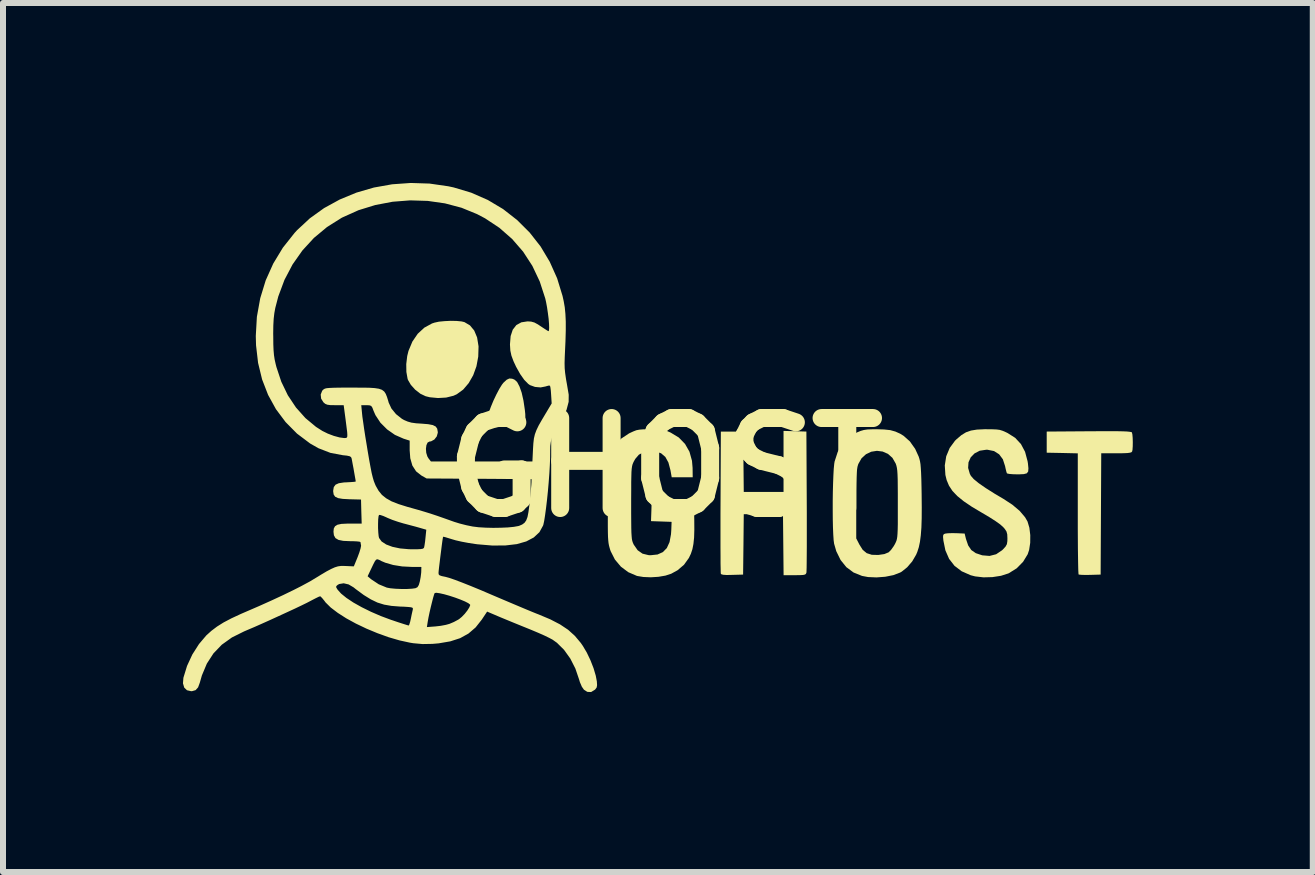
<source format=kicad_pcb>
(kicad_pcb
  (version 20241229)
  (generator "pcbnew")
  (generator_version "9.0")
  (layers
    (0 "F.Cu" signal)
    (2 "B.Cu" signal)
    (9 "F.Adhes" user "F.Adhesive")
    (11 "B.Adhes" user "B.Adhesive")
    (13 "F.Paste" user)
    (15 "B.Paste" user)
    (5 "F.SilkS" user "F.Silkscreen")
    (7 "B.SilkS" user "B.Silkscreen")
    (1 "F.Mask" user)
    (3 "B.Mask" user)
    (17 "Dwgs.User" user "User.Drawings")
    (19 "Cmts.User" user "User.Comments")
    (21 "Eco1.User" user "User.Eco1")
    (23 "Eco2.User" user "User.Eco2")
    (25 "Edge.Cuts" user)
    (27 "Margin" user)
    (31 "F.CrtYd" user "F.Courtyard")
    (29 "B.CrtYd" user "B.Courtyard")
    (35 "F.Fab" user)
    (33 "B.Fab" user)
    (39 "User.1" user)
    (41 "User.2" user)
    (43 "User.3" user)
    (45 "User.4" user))
  (footprint "GHOST"
    (layer "F.Cu")
    (at 8.038 4.74)
    (property "Reference" "GHOST" (at 0 0 0) (layer "F.SilkS") (effects (font (size 1.5 1.5) (thickness 0.3))))
    (attr board_only exclude_from_pos_files exclude_from_bom)
    (fp_poly (pts (xy -2.55 -1.477) (xy -2.514 -1.463) (xy -2.469 -1.424) (xy -2.429 -1.349) (xy -2.392 -1.244) (xy -2.362 -1.111) (xy -2.339 -0.956) (xy -2.332 -0.888) (xy -2.33 -0.782) (xy -2.346 -0.709) (xy -2.381 -0.668) (xy -2.439 -0.655) (xy -2.508 -0.667) (xy -2.563 -0.689) (xy -2.6 -0.714) (xy -2.626 -0.733) (xy -2.651 -0.734) (xy -2.69 -0.713) (xy -2.703 -0.706) (xy -2.785 -0.669) (xy -2.858 -0.664) (xy -2.916 -0.687) (xy -2.954 -0.736) (xy -2.964 -0.807) (xy -2.961 -0.835) (xy -2.941 -0.911) (xy -2.906 -1.007) (xy -2.863 -1.111) (xy -2.814 -1.214) (xy -2.765 -1.307) (xy -2.721 -1.378) (xy -2.697 -1.409) (xy -2.642 -1.46) (xy -2.597 -1.481)) (stroke (width 0) (type solid)) (fill yes) (layer "F.SilkS"))
    (fp_poly (pts (xy -3.476 -2.44) (xy -3.394 -2.432) (xy -3.347 -2.421) (xy -3.254 -2.366) (xy -3.183 -2.28) (xy -3.135 -2.165) (xy -3.112 -2.023) (xy -3.111 -2.012) (xy -3.116 -1.845) (xy -3.146 -1.684) (xy -3.2 -1.535) (xy -3.275 -1.404) (xy -3.367 -1.296) (xy -3.474 -1.218) (xy -3.529 -1.193) (xy -3.65 -1.163) (xy -3.787 -1.155) (xy -3.923 -1.168) (xy -3.993 -1.185) (xy -4.081 -1.227) (xy -4.167 -1.294) (xy -4.239 -1.374) (xy -4.288 -1.458) (xy -4.294 -1.477) (xy -4.314 -1.59) (xy -4.316 -1.721) (xy -4.3 -1.855) (xy -4.279 -1.94) (xy -4.214 -2.096) (xy -4.125 -2.226) (xy -4.015 -2.328) (xy -3.887 -2.398) (xy -3.845 -2.412) (xy -3.771 -2.428) (xy -3.677 -2.437) (xy -3.574 -2.442)) (stroke (width 0) (type solid)) (fill yes) (layer "F.SilkS"))
    (fp_poly (pts (xy 7.537 -0.602) (xy 7.632 -0.6) (xy 7.701 -0.597) (xy 7.746 -0.592) (xy 7.772 -0.587) (xy 7.78 -0.582) (xy 7.788 -0.549) (xy 7.793 -0.491) (xy 7.795 -0.42) (xy 7.794 -0.349) (xy 7.79 -0.291) (xy 7.784 -0.265) (xy 7.773 -0.252) (xy 7.749 -0.244) (xy 7.705 -0.238) (xy 7.635 -0.235) (xy 7.533 -0.234) (xy 7.52 -0.234) (xy 7.269 -0.234) (xy 7.264 0.777) (xy 7.259 1.788) (xy 7.082 1.793) (xy 7.002 1.794) (xy 6.938 1.792) (xy 6.898 1.788) (xy 6.891 1.785) (xy 6.889 1.764) (xy 6.886 1.707) (xy 6.884 1.618) (xy 6.882 1.501) (xy 6.88 1.361) (xy 6.879 1.199) (xy 6.878 1.021) (xy 6.878 0.83) (xy 6.878 0.769) (xy 6.878 -0.233) (xy 6.619 -0.239) (xy 6.36 -0.244) (xy 6.36 -0.42) (xy 6.36 -0.596) (xy 7.062 -0.601) (xy 7.255 -0.602) (xy 7.412 -0.602)) (stroke (width 0) (type solid)) (fill yes) (layer "F.SilkS"))
    (fp_poly (pts (xy 2.164 -0.602) (xy 2.354 -0.596) (xy 2.36 0.557) (xy 2.361 0.767) (xy 2.361 0.966) (xy 2.361 1.15) (xy 2.361 1.317) (xy 2.36 1.462) (xy 2.359 1.582) (xy 2.358 1.673) (xy 2.356 1.731) (xy 2.355 1.754) (xy 2.347 1.774) (xy 2.332 1.787) (xy 2.302 1.794) (xy 2.248 1.797) (xy 2.164 1.798) (xy 2.159 1.798) (xy 1.974 1.798) (xy 1.969 1.294) (xy 1.964 0.791) (xy 1.637 0.786) (xy 1.31 0.781) (xy 1.305 1.284) (xy 1.299 1.788) (xy 1.118 1.793) (xy 1.025 1.795) (xy 0.966 1.791) (xy 0.935 1.782) (xy 0.928 1.774) (xy 0.926 1.75) (xy 0.925 1.691) (xy 0.923 1.6) (xy 0.923 1.48) (xy 0.922 1.335) (xy 0.922 1.168) (xy 0.922 0.983) (xy 0.922 0.783) (xy 0.923 0.576) (xy 0.928 -0.596) (xy 1.114 -0.596) (xy 1.299 -0.596) (xy 1.305 -0.093) (xy 1.31 0.41) (xy 1.642 0.41) (xy 1.973 0.41) (xy 1.973 -0.098) (xy 1.973 -0.607)) (stroke (width 0) (type solid)) (fill yes) (layer "F.SilkS"))
    (fp_poly (pts (xy 3.648 -0.631) (xy 3.752 -0.62) (xy 3.838 -0.596) (xy 3.918 -0.56) (xy 3.973 -0.526) (xy 4.079 -0.432) (xy 4.167 -0.308) (xy 4.226 -0.179) (xy 4.238 -0.141) (xy 4.248 -0.101) (xy 4.256 -0.052) (xy 4.261 0.009) (xy 4.266 0.09) (xy 4.27 0.196) (xy 4.273 0.331) (xy 4.275 0.444) (xy 4.277 0.664) (xy 4.276 0.849) (xy 4.271 1.005) (xy 4.261 1.134) (xy 4.247 1.242) (xy 4.228 1.332) (xy 4.203 1.41) (xy 4.183 1.457) (xy 4.118 1.568) (xy 4.034 1.666) (xy 3.943 1.739) (xy 3.917 1.754) (xy 3.804 1.797) (xy 3.669 1.824) (xy 3.523 1.835) (xy 3.382 1.829) (xy 3.281 1.81) (xy 3.14 1.753) (xy 3.02 1.664) (xy 2.924 1.545) (xy 2.852 1.398) (xy 2.816 1.273) (xy 2.808 1.213) (xy 2.802 1.121) (xy 2.797 1.003) (xy 2.794 0.867) (xy 2.793 0.718) (xy 2.793 0.615) (xy 3.185 0.615) (xy 3.185 1.185) (xy 3.239 1.29) (xy 3.294 1.377) (xy 3.36 1.431) (xy 3.444 1.458) (xy 3.551 1.461) (xy 3.654 1.446) (xy 3.724 1.417) (xy 3.727 1.415) (xy 3.767 1.374) (xy 3.809 1.315) (xy 3.83 1.279) (xy 3.844 1.25) (xy 3.855 1.224) (xy 3.863 1.194) (xy 3.869 1.156) (xy 3.873 1.105) (xy 3.876 1.037) (xy 3.878 0.946) (xy 3.878 0.827) (xy 3.878 0.676) (xy 3.878 0.606) (xy 3.878 0.437) (xy 3.877 0.303) (xy 3.876 0.198) (xy 3.873 0.117) (xy 3.869 0.056) (xy 3.863 0.01) (xy 3.855 -0.026) (xy 3.845 -0.057) (xy 3.842 -0.064) (xy 3.788 -0.158) (xy 3.714 -0.224) (xy 3.625 -0.263) (xy 3.53 -0.275) (xy 3.435 -0.26) (xy 3.347 -0.218) (xy 3.273 -0.15) (xy 3.22 -0.056) (xy 3.216 -0.045) (xy 3.206 -0.011) (xy 3.199 0.032) (xy 3.194 0.089) (xy 3.19 0.165) (xy 3.187 0.264) (xy 3.185 0.392) (xy 3.185 0.552) (xy 3.185 0.615) (xy 2.793 0.615) (xy 2.793 0.564) (xy 2.795 0.411) (xy 2.799 0.265) (xy 2.804 0.134) (xy 2.81 0.024) (xy 2.818 -0.058) (xy 2.824 -0.096) (xy 2.876 -0.256) (xy 2.95 -0.385) (xy 3.049 -0.489) (xy 3.178 -0.571) (xy 3.203 -0.584) (xy 3.259 -0.607) (xy 3.311 -0.622) (xy 3.371 -0.631) (xy 3.451 -0.634) (xy 3.517 -0.635)) (stroke (width 0) (type solid)) (fill yes) (layer "F.SilkS"))
    (fp_poly (pts (xy -0.146 -0.634) (xy -0.074 -0.63) (xy -0.019 -0.621) (xy 0.032 -0.605) (xy 0.089 -0.58) (xy 0.093 -0.578) (xy 0.227 -0.497) (xy 0.331 -0.39) (xy 0.405 -0.26) (xy 0.447 -0.109) (xy 0.457 0.008) (xy 0.459 0.166) (xy 0.284 0.166) (xy 0.109 0.166) (xy 0.088 0.048) (xy 0.054 -0.08) (xy 0.003 -0.173) (xy -0.068 -0.234) (xy -0.159 -0.265) (xy -0.259 -0.268) (xy -0.361 -0.251) (xy -0.438 -0.211) (xy -0.498 -0.141) (xy -0.523 -0.097) (xy -0.535 -0.072) (xy -0.545 -0.046) (xy -0.552 -0.016) (xy -0.558 0.024) (xy -0.562 0.078) (xy -0.564 0.15) (xy -0.566 0.246) (xy -0.566 0.37) (xy -0.567 0.527) (xy -0.567 0.596) (xy -0.567 0.766) (xy -0.566 0.902) (xy -0.565 1.008) (xy -0.563 1.089) (xy -0.559 1.15) (xy -0.555 1.195) (xy -0.548 1.228) (xy -0.539 1.255) (xy -0.528 1.28) (xy -0.523 1.29) (xy -0.459 1.382) (xy -0.378 1.439) (xy -0.276 1.464) (xy -0.24 1.465) (xy -0.127 1.453) (xy -0.038 1.413) (xy 0.028 1.345) (xy 0.073 1.246) (xy 0.097 1.116) (xy 0.102 1.045) (xy 0.107 0.909) (xy -0.064 0.903) (xy -0.236 0.897) (xy -0.23 0.727) (xy -0.225 0.557) (xy 0.127 0.557) (xy 0.479 0.557) (xy 0.485 0.879) (xy 0.486 1.041) (xy 0.482 1.171) (xy 0.471 1.277) (xy 0.454 1.364) (xy 0.428 1.442) (xy 0.395 1.511) (xy 0.314 1.624) (xy 0.206 1.716) (xy 0.1 1.774) (xy 0.005 1.805) (xy -0.112 1.825) (xy -0.24 1.833) (xy -0.363 1.828) (xy -0.467 1.811) (xy -0.473 1.809) (xy -0.615 1.748) (xy -0.738 1.656) (xy -0.838 1.537) (xy -0.909 1.397) (xy -0.917 1.373) (xy -0.928 1.336) (xy -0.937 1.301) (xy -0.944 1.263) (xy -0.949 1.216) (xy -0.953 1.158) (xy -0.955 1.083) (xy -0.956 0.986) (xy -0.956 0.863) (xy -0.955 0.709) (xy -0.953 0.557) (xy -0.952 0.374) (xy -0.95 0.227) (xy -0.948 0.109) (xy -0.945 0.018) (xy -0.942 -0.053) (xy -0.937 -0.106) (xy -0.931 -0.148) (xy -0.923 -0.181) (xy -0.913 -0.211) (xy -0.903 -0.236) (xy -0.831 -0.371) (xy -0.734 -0.478) (xy -0.606 -0.563) (xy -0.591 -0.571) (xy -0.53 -0.599) (xy -0.481 -0.618) (xy -0.43 -0.628) (xy -0.368 -0.633) (xy -0.282 -0.635) (xy -0.245 -0.635)) (stroke (width 0) (type solid)) (fill yes) (layer "F.SilkS"))
    (fp_poly (pts (xy 5.453 -0.634) (xy 5.524 -0.631) (xy 5.577 -0.624) (xy 5.625 -0.609) (xy 5.676 -0.587) (xy 5.709 -0.571) (xy 5.835 -0.491) (xy 5.931 -0.387) (xy 5.999 -0.259) (xy 6.041 -0.102) (xy 6.047 -0.065) (xy 6.055 0.017) (xy 6.051 0.07) (xy 6.028 0.1) (xy 5.979 0.113) (xy 5.899 0.117) (xy 5.871 0.117) (xy 5.795 0.115) (xy 5.735 0.11) (xy 5.7 0.102) (xy 5.696 0.099) (xy 5.687 0.071) (xy 5.674 0.018) (xy 5.666 -0.02) (xy 5.629 -0.134) (xy 5.567 -0.217) (xy 5.482 -0.271) (xy 5.373 -0.293) (xy 5.351 -0.293) (xy 5.244 -0.277) (xy 5.157 -0.232) (xy 5.093 -0.166) (xy 5.056 -0.083) (xy 5.05 0.01) (xy 5.078 0.107) (xy 5.096 0.142) (xy 5.143 0.196) (xy 5.226 0.264) (xy 5.344 0.346) (xy 5.496 0.442) (xy 5.637 0.525) (xy 5.787 0.623) (xy 5.909 0.726) (xy 5.999 0.832) (xy 6.04 0.903) (xy 6.071 1.007) (xy 6.086 1.13) (xy 6.085 1.258) (xy 6.067 1.377) (xy 6.043 1.449) (xy 5.966 1.575) (xy 5.86 1.683) (xy 5.732 1.763) (xy 5.72 1.769) (xy 5.598 1.808) (xy 5.455 1.83) (xy 5.306 1.834) (xy 5.167 1.818) (xy 5.093 1.799) (xy 4.943 1.733) (xy 4.823 1.642) (xy 4.733 1.526) (xy 4.671 1.384) (xy 4.638 1.223) (xy 4.632 1.161) (xy 4.635 1.128) (xy 4.649 1.112) (xy 4.672 1.104) (xy 4.716 1.099) (xy 4.783 1.097) (xy 4.856 1.098) (xy 4.992 1.104) (xy 5.014 1.194) (xy 5.051 1.302) (xy 5.103 1.379) (xy 5.178 1.431) (xy 5.283 1.466) (xy 5.288 1.467) (xy 5.407 1.477) (xy 5.517 1.449) (xy 5.615 1.383) (xy 5.631 1.368) (xy 5.674 1.321) (xy 5.696 1.281) (xy 5.704 1.231) (xy 5.705 1.184) (xy 5.702 1.116) (xy 5.689 1.069) (xy 5.659 1.024) (xy 5.635 0.997) (xy 5.585 0.952) (xy 5.505 0.895) (xy 5.4 0.828) (xy 5.283 0.759) (xy 5.113 0.658) (xy 4.977 0.566) (xy 4.87 0.479) (xy 4.789 0.394) (xy 4.731 0.306) (xy 4.692 0.213) (xy 4.671 0.127) (xy 4.661 -0.032) (xy 4.685 -0.184) (xy 4.743 -0.323) (xy 4.831 -0.443) (xy 4.858 -0.469) (xy 4.938 -0.537) (xy 5.015 -0.584) (xy 5.098 -0.613) (xy 5.197 -0.629) (xy 5.323 -0.635) (xy 5.354 -0.635)) (stroke (width 0) (type solid)) (fill yes) (layer "F.SilkS"))
    (fp_poly (pts (xy -3.928 -4.73) (xy -3.616 -4.685) (xy -3.527 -4.666) (xy -3.233 -4.578) (xy -2.957 -4.457) (xy -2.702 -4.305) (xy -2.469 -4.123) (xy -2.26 -3.915) (xy -2.077 -3.682) (xy -1.924 -3.426) (xy -1.801 -3.151) (xy -1.711 -2.857) (xy -1.692 -2.772) (xy -1.674 -2.669) (xy -1.663 -2.557) (xy -1.657 -2.43) (xy -1.657 -2.28) (xy -1.662 -2.102) (xy -1.668 -1.973) (xy -1.674 -1.841) (xy -1.677 -1.737) (xy -1.675 -1.652) (xy -1.668 -1.576) (xy -1.657 -1.499) (xy -1.652 -1.465) (xy -1.636 -1.376) (xy -1.622 -1.293) (xy -1.611 -1.229) (xy -1.608 -1.21) (xy -1.609 -1.092) (xy -1.644 -0.959) (xy -1.711 -0.813) (xy -1.743 -0.759) (xy -1.809 -0.648) (xy -1.856 -0.562) (xy -1.888 -0.49) (xy -1.906 -0.425) (xy -1.915 -0.357) (xy -1.917 -0.278) (xy -1.917 -0.245) (xy -1.918 -0.149) (xy -1.923 -0.03) (xy -1.931 0.106) (xy -1.942 0.252) (xy -1.955 0.401) (xy -1.97 0.546) (xy -1.986 0.681) (xy -2.002 0.799) (xy -2.017 0.894) (xy -2.031 0.958) (xy -2.036 0.972) (xy -2.096 1.081) (xy -2.19 1.169) (xy -2.315 1.235) (xy -2.472 1.28) (xy -2.66 1.302) (xy -2.879 1.304) (xy -3.128 1.283) (xy -3.166 1.278) (xy -3.277 1.261) (xy -3.39 1.24) (xy -3.491 1.217) (xy -3.552 1.199) (xy -3.621 1.178) (xy -3.673 1.162) (xy -3.701 1.157) (xy -3.702 1.157) (xy -3.706 1.177) (xy -3.714 1.228) (xy -3.724 1.302) (xy -3.735 1.39) (xy -3.747 1.484) (xy -3.758 1.575) (xy -3.768 1.657) (xy -3.775 1.72) (xy -3.778 1.757) (xy -3.776 1.783) (xy -3.761 1.8) (xy -3.724 1.813) (xy -3.657 1.827) (xy -3.654 1.828) (xy -3.596 1.844) (xy -3.506 1.875) (xy -3.387 1.92) (xy -3.241 1.978) (xy -3.071 2.048) (xy -2.903 2.12) (xy -2.748 2.186) (xy -2.597 2.25) (xy -2.455 2.31) (xy -2.329 2.363) (xy -2.223 2.407) (xy -2.144 2.439) (xy -2.11 2.452) (xy -1.915 2.534) (xy -1.753 2.618) (xy -1.618 2.708) (xy -1.505 2.81) (xy -1.406 2.928) (xy -1.373 2.976) (xy -1.307 3.087) (xy -1.246 3.215) (xy -1.194 3.348) (xy -1.157 3.473) (xy -1.139 3.568) (xy -1.135 3.631) (xy -1.142 3.67) (xy -1.165 3.701) (xy -1.174 3.709) (xy -1.235 3.746) (xy -1.298 3.743) (xy -1.354 3.707) (xy -1.389 3.657) (xy -1.422 3.58) (xy -1.435 3.536) (xy -1.497 3.354) (xy -1.582 3.187) (xy -1.686 3.042) (xy -1.804 2.925) (xy -1.877 2.873) (xy -1.931 2.844) (xy -2.011 2.805) (xy -2.11 2.761) (xy -2.217 2.716) (xy -2.263 2.697) (xy -2.384 2.648) (xy -2.512 2.596) (xy -2.636 2.545) (xy -2.74 2.502) (xy -2.759 2.494) (xy -2.968 2.405) (xy -3.058 2.54) (xy -3.16 2.669) (xy -3.279 2.771) (xy -3.418 2.848) (xy -3.582 2.901) (xy -3.775 2.934) (xy -3.878 2.943) (xy -4.044 2.946) (xy -4.199 2.932) (xy -4.254 2.923) (xy -4.428 2.885) (xy -4.61 2.832) (xy -4.796 2.765) (xy -4.979 2.689) (xy -5.033 2.663) (xy -3.972 2.663) (xy -3.827 2.652) (xy -3.741 2.642) (xy -3.656 2.626) (xy -3.595 2.609) (xy -3.522 2.578) (xy -3.451 2.54) (xy -3.435 2.53) (xy -3.39 2.493) (xy -3.341 2.442) (xy -3.297 2.386) (xy -3.265 2.335) (xy -3.25 2.298) (xy -3.252 2.288) (xy -3.281 2.265) (xy -3.337 2.236) (xy -3.414 2.204) (xy -3.503 2.171) (xy -3.595 2.141) (xy -3.683 2.116) (xy -3.759 2.099) (xy -3.815 2.091) (xy -3.842 2.096) (xy -3.852 2.12) (xy -3.868 2.174) (xy -3.887 2.248) (xy -3.908 2.333) (xy -3.928 2.42) (xy -3.945 2.501) (xy -3.957 2.567) (xy -3.958 2.573) (xy -3.972 2.663) (xy -5.033 2.663) (xy -5.155 2.605) (xy -5.316 2.517) (xy -5.458 2.426) (xy -5.575 2.337) (xy -5.661 2.252) (xy -5.68 2.226) (xy -5.716 2.182) (xy -5.743 2.154) (xy -5.752 2.15) (xy -5.776 2.158) (xy -5.825 2.182) (xy -5.889 2.215) (xy -5.908 2.225) (xy -5.969 2.257) (xy -6.059 2.301) (xy -6.172 2.355) (xy -6.302 2.415) (xy -6.441 2.479) (xy -6.583 2.544) (xy -6.721 2.606) (xy -6.85 2.663) (xy -6.963 2.711) (xy -7.021 2.736) (xy -7.222 2.836) (xy -7.391 2.957) (xy -7.53 3.102) (xy -7.64 3.272) (xy -7.723 3.47) (xy -7.757 3.589) (xy -7.786 3.668) (xy -7.827 3.714) (xy -7.885 3.731) (xy -7.902 3.732) (xy -7.971 3.716) (xy -8.017 3.672) (xy -8.038 3.601) (xy -8.031 3.509) (xy -8.029 3.502) (xy -7.97 3.31) (xy -7.882 3.12) (xy -7.771 2.946) (xy -7.65 2.803) (xy -7.565 2.726) (xy -7.471 2.655) (xy -7.363 2.587) (xy -7.232 2.518) (xy -7.073 2.444) (xy -6.985 2.406) (xy -6.77 2.313) (xy -6.563 2.22) (xy -6.369 2.13) (xy -6.194 2.045) (xy -6.068 1.981) (xy -5.483 1.981) (xy -5.483 2.003) (xy -5.461 2.039) (xy -5.403 2.104) (xy -5.313 2.177) (xy -5.197 2.254) (xy -5.058 2.332) (xy -4.904 2.408) (xy -4.74 2.479) (xy -4.571 2.542) (xy -4.546 2.55) (xy -4.452 2.582) (xy -4.371 2.608) (xy -4.311 2.627) (xy -4.279 2.636) (xy -4.275 2.637) (xy -4.265 2.62) (xy -4.251 2.575) (xy -4.24 2.525) (xy -4.226 2.456) (xy -4.213 2.398) (xy -4.207 2.372) (xy -4.205 2.354) (xy -4.212 2.341) (xy -4.236 2.333) (xy -4.281 2.328) (xy -4.356 2.323) (xy -4.419 2.321) (xy -4.561 2.31) (xy -4.684 2.289) (xy -4.797 2.254) (xy -4.907 2.201) (xy -5.025 2.128) (xy -5.158 2.03) (xy -5.194 2.001) (xy -5.277 1.952) (xy -5.359 1.933) (xy -5.433 1.945) (xy -5.46 1.96) (xy -5.483 1.981) (xy -6.068 1.981) (xy -6.042 1.967) (xy -5.918 1.9) (xy -5.862 1.866) (xy -5.779 1.816) (xy -4.96 1.816) (xy -4.901 1.866) (xy -4.774 1.95) (xy -4.64 2.005) (xy -4.582 2.016) (xy -4.497 2.024) (xy -4.4 2.028) (xy -4.303 2.028) (xy -4.219 2.023) (xy -4.162 2.015) (xy -4.129 1.998) (xy -4.107 1.962) (xy -4.09 1.904) (xy -4.076 1.83) (xy -4.067 1.757) (xy -4.066 1.734) (xy -4.064 1.661) (xy -4.225 1.66) (xy -4.384 1.652) (xy -4.534 1.628) (xy -4.665 1.59) (xy -4.729 1.563) (xy -4.769 1.542) (xy -4.796 1.533) (xy -4.818 1.539) (xy -4.839 1.566) (xy -4.866 1.618) (xy -4.905 1.7) (xy -4.907 1.704) (xy -4.96 1.816) (xy -5.779 1.816) (xy -5.739 1.791) (xy -5.643 1.734) (xy -5.567 1.694) (xy -5.507 1.667) (xy -5.455 1.651) (xy -5.406 1.644) (xy -5.353 1.644) (xy -5.325 1.645) (xy -5.19 1.651) (xy -5.126 1.495) (xy -5.098 1.419) (xy -5.078 1.353) (xy -5.069 1.308) (xy -5.07 1.299) (xy -5.077 1.26) (xy -5.079 1.246) (xy -5.097 1.239) (xy -5.146 1.234) (xy -5.216 1.231) (xy -5.253 1.231) (xy -5.366 1.226) (xy -5.445 1.21) (xy -5.496 1.18) (xy -5.522 1.133) (xy -5.529 1.074) (xy -5.524 1.02) (xy -5.503 0.982) (xy -5.463 0.957) (xy -5.397 0.943) (xy -5.313 0.939) (xy -4.786 0.939) (xy -4.786 1.016) (xy -4.782 1.09) (xy -4.776 1.149) (xy -4.769 1.178) (xy -4.727 1.236) (xy -4.651 1.286) (xy -4.547 1.325) (xy -4.419 1.352) (xy -4.272 1.365) (xy -4.227 1.366) (xy -4.135 1.366) (xy -4.076 1.363) (xy -4.041 1.357) (xy -4.024 1.346) (xy -4.018 1.333) (xy -4.011 1.297) (xy -4.002 1.236) (xy -3.995 1.169) (xy -3.982 1.04) (xy -4.086 1.01) (xy -4.156 0.99) (xy -4.247 0.966) (xy -4.34 0.941) (xy -4.357 0.937) (xy -4.451 0.909) (xy -4.548 0.876) (xy -4.628 0.843) (xy -4.638 0.838) (xy -4.699 0.811) (xy -4.747 0.795) (xy -4.77 0.793) (xy -4.778 0.817) (xy -4.784 0.869) (xy -4.786 0.939) (xy -5.313 0.939) (xy -5.299 0.938) (xy -5.251 0.938) (xy -5.059 0.938) (xy -5.065 0.738) (xy -5.07 0.537) (xy -5.268 0.532) (xy -5.377 0.526) (xy -5.453 0.513) (xy -5.501 0.49) (xy -5.526 0.454) (xy -5.534 0.403) (xy -5.534 0.388) (xy -5.524 0.329) (xy -5.494 0.289) (xy -5.44 0.265) (xy -5.355 0.252) (xy -5.31 0.25) (xy -5.238 0.246) (xy -5.185 0.242) (xy -5.159 0.237) (xy -5.158 0.236) (xy -5.161 0.214) (xy -5.17 0.164) (xy -5.182 0.096) (xy -5.195 0.02) (xy -5.209 -0.053) (xy -5.22 -0.113) (xy -5.227 -0.149) (xy -5.237 -0.171) (xy -5.26 -0.185) (xy -5.306 -0.195) (xy -5.373 -0.202) (xy -5.58 -0.241) (xy -5.779 -0.318) (xy -5.918 -0.397) (xy -6.137 -0.562) (xy -6.327 -0.754) (xy -6.488 -0.969) (xy -6.619 -1.207) (xy -6.719 -1.465) (xy -6.786 -1.741) (xy -6.82 -2.034) (xy -6.824 -2.188) (xy -6.822 -2.227) (xy -6.534 -2.227) (xy -6.533 -2.179) (xy -6.532 -2.051) (xy -6.528 -1.952) (xy -6.521 -1.871) (xy -6.51 -1.798) (xy -6.493 -1.722) (xy -6.48 -1.671) (xy -6.399 -1.427) (xy -6.29 -1.201) (xy -6.155 -0.998) (xy -5.997 -0.821) (xy -5.82 -0.674) (xy -5.715 -0.607) (xy -5.624 -0.562) (xy -5.523 -0.524) (xy -5.427 -0.498) (xy -5.35 -0.488) (xy -5.35 -0.488) (xy -5.326 -0.489) (xy -5.31 -0.493) (xy -5.3 -0.508) (xy -5.298 -0.538) (xy -5.301 -0.589) (xy -5.311 -0.668) (xy -5.325 -0.778) (xy -5.327 -0.794) (xy -5.359 -1.036) (xy -5.066 -1.036) (xy -5.053 -0.899) (xy -5.047 -0.841) (xy -5.034 -0.752) (xy -5.018 -0.638) (xy -4.998 -0.509) (xy -4.975 -0.37) (xy -4.962 -0.289) (xy -4.935 -0.13) (xy -4.912 -0.005) (xy -4.893 0.093) (xy -4.874 0.17) (xy -4.856 0.231) (xy -4.836 0.281) (xy -4.824 0.309) (xy -4.777 0.391) (xy -4.722 0.459) (xy -4.651 0.516) (xy -4.561 0.567) (xy -4.444 0.613) (xy -4.297 0.659) (xy -4.218 0.681) (xy -4.115 0.71) (xy -4.017 0.739) (xy -3.913 0.771) (xy -3.796 0.81) (xy -3.659 0.858) (xy -3.519 0.908) (xy -3.425 0.937) (xy -3.315 0.965) (xy -3.212 0.986) (xy -3.206 0.987) (xy -3.109 0.999) (xy -2.992 1.006) (xy -2.866 1.009) (xy -2.74 1.007) (xy -2.622 1.002) (xy -2.522 0.992) (xy -2.449 0.979) (xy -2.434 0.975) (xy -2.383 0.953) (xy -2.345 0.925) (xy -2.317 0.886) (xy -2.295 0.828) (xy -2.279 0.746) (xy -2.264 0.635) (xy -2.257 0.567) (xy -2.247 0.462) (xy -2.238 0.369) (xy -2.231 0.295) (xy -2.228 0.248) (xy -2.228 0.24) (xy -2.227 0.197) (xy -3.102 0.191) (xy -3.976 0.186) (xy -4.063 0.137) (xy -4.152 0.067) (xy -4.214 -0.029) (xy -4.249 -0.151) (xy -4.259 -0.283) (xy -4.259 -0.445) (xy -4.362 -0.478) (xy -4.505 -0.541) (xy -4.635 -0.632) (xy -4.746 -0.743) (xy -4.829 -0.869) (xy -4.86 -0.939) (xy -4.881 -0.995) (xy -4.901 -1.024) (xy -4.932 -1.034) (xy -4.98 -1.036) (xy -5.066 -1.036) (xy -5.359 -1.036) (xy -5.504 -1.036) (xy -5.582 -1.037) (xy -5.632 -1.044) (xy -5.666 -1.058) (xy -5.696 -1.083) (xy -5.696 -1.083) (xy -5.735 -1.145) (xy -5.742 -1.213) (xy -5.718 -1.275) (xy -5.705 -1.29) (xy -5.69 -1.302) (xy -5.671 -1.312) (xy -5.643 -1.319) (xy -5.599 -1.323) (xy -5.536 -1.326) (xy -5.448 -1.328) (xy -5.329 -1.329) (xy -5.226 -1.329) (xy -5.066 -1.328) (xy -4.94 -1.327) (xy -4.844 -1.321) (xy -4.772 -1.31) (xy -4.721 -1.292) (xy -4.684 -1.264) (xy -4.658 -1.225) (xy -4.637 -1.173) (xy -4.616 -1.105) (xy -4.609 -1.079) (xy -4.563 -0.98) (xy -4.487 -0.887) (xy -4.39 -0.81) (xy -4.352 -0.788) (xy -4.293 -0.763) (xy -4.23 -0.745) (xy -4.151 -0.734) (xy -4.058 -0.728) (xy -3.949 -0.719) (xy -3.873 -0.704) (xy -3.825 -0.68) (xy -3.8 -0.644) (xy -3.791 -0.593) (xy -3.79 -0.578) (xy -3.807 -0.516) (xy -3.848 -0.463) (xy -3.903 -0.433) (xy -3.928 -0.43) (xy -3.96 -0.413) (xy -3.98 -0.369) (xy -3.988 -0.309) (xy -3.983 -0.242) (xy -3.964 -0.181) (xy -3.945 -0.149) (xy -3.905 -0.098) (xy -3.059 -0.098) (xy -2.213 -0.098) (xy -2.203 -0.308) (xy -2.197 -0.403) (xy -2.188 -0.481) (xy -2.172 -0.55) (xy -2.146 -0.62) (xy -2.108 -0.699) (xy -2.053 -0.795) (xy -2.003 -0.879) (xy -1.892 -1.065) (xy -1.901 -1.207) (xy -1.906 -1.278) (xy -1.913 -1.332) (xy -1.92 -1.36) (xy -1.921 -1.361) (xy -1.945 -1.362) (xy -1.988 -1.35) (xy -1.993 -1.348) (xy -2.076 -1.332) (xy -2.169 -1.34) (xy -2.253 -1.37) (xy -2.282 -1.39) (xy -2.349 -1.458) (xy -2.418 -1.556) (xy -2.485 -1.676) (xy -2.528 -1.768) (xy -2.563 -1.862) (xy -2.581 -1.946) (xy -2.587 -2.042) (xy -2.587 -2.052) (xy -2.576 -2.188) (xy -2.541 -2.294) (xy -2.481 -2.371) (xy -2.398 -2.417) (xy -2.294 -2.433) (xy -2.233 -2.429) (xy -2.18 -2.414) (xy -2.121 -2.382) (xy -2.079 -2.354) (xy -2.02 -2.315) (xy -1.972 -2.284) (xy -1.947 -2.269) (xy -1.946 -2.269) (xy -1.937 -2.281) (xy -1.934 -2.325) (xy -1.936 -2.393) (xy -1.943 -2.478) (xy -1.955 -2.571) (xy -1.969 -2.667) (xy -1.986 -2.758) (xy -1.999 -2.815) (xy -2.091 -3.098) (xy -2.214 -3.358) (xy -2.368 -3.595) (xy -2.551 -3.806) (xy -2.763 -3.992) (xy -3.003 -4.151) (xy -3.136 -4.221) (xy -3.395 -4.327) (xy -3.671 -4.4) (xy -3.958 -4.441) (xy -4.251 -4.45) (xy -4.544 -4.427) (xy -4.833 -4.372) (xy -5.112 -4.286) (xy -5.375 -4.168) (xy -5.393 -4.159) (xy -5.636 -4.006) (xy -5.855 -3.824) (xy -6.047 -3.615) (xy -6.211 -3.382) (xy -6.346 -3.125) (xy -6.449 -2.849) (xy -6.499 -2.657) (xy -6.515 -2.57) (xy -6.526 -2.475) (xy -6.532 -2.364) (xy -6.534 -2.227) (xy -6.822 -2.227) (xy -6.806 -2.509) (xy -6.75 -2.819) (xy -6.659 -3.116) (xy -6.533 -3.397) (xy -6.373 -3.661) (xy -6.179 -3.906) (xy -6.136 -3.953) (xy -5.924 -4.15) (xy -5.686 -4.321) (xy -5.425 -4.464) (xy -5.147 -4.579) (xy -4.855 -4.664) (xy -4.551 -4.718) (xy -4.241 -4.74)) (stroke (width 0) (type solid)) (fill yes) (layer "F.SilkS")))
  (gr_rect
    (start -3 -3)
    (end 18.833 11.486)
    (stroke (width 0.1) (type default))
    (fill no)
    (layer "Edge.Cuts")))
</source>
